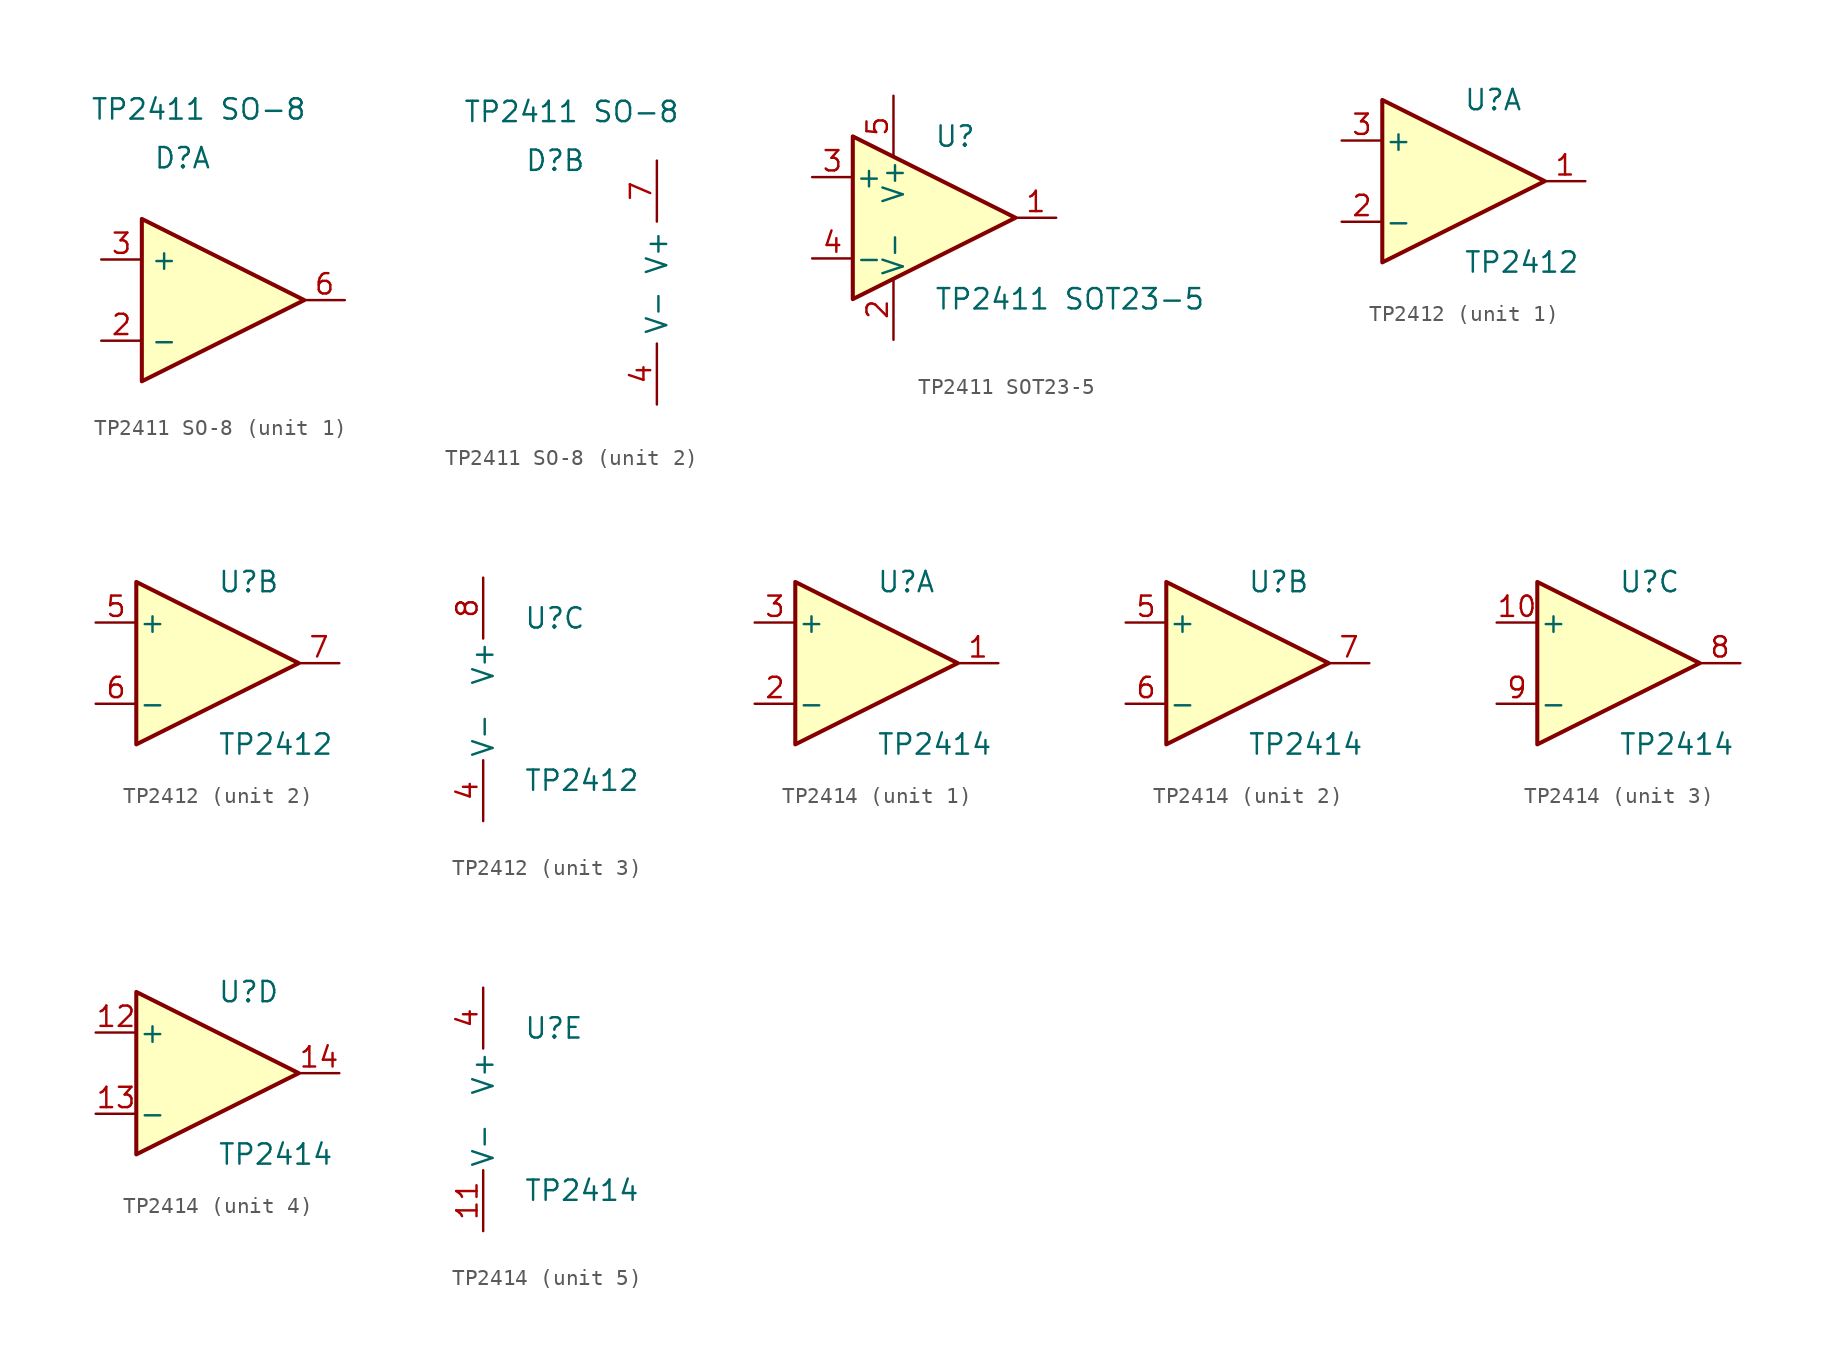
<source format=kicad_sym>
(kicad_symbol_lib
  (version 20231120)
  (generator "kicad_symbol_editor")
  (generator_version "8.0")
  (symbol "TP2411 SO-8"
    (property "Reference" "D"
      (at 0 0 0)
      (effects (font (size 1.27 1.27))))
    (property "Value" "TP2411 SO-8"
      (at 1.016 3.048 0)
      (effects (font (size 1.27 1.27))))
    (property "ki_locked" ""
      (at 0 0 0)
      (effects (font (size 1.27 1.27))))
    (symbol "TP2411 SO-8_1_1"
      (polyline (pts (xy -2.54 -3.81) (xy 7.62 -8.89) (xy -2.54 -13.97) (xy -2.54 -3.81)) (stroke (width 0.254) (type default)) (fill (type background)))
      (pin input line (at -5.08 -11.43 0) (length 2.54) (name "-" (effects (font (size 1.27 1.27)))) (number "2" (effects (font (size 1.27 1.27)))))
      (pin input line (at -5.08 -6.35 0) (length 2.54) (name "+" (effects (font (size 1.27 1.27)))) (number "3" (effects (font (size 1.27 1.27)))))
      (pin output line (at 10.16 -8.89 180) (length 2.54) (name "~" (effects (font (size 1.27 1.27)))) (number "6" (effects (font (size 1.27 1.27))))))
    (symbol "TP2411 SO-8_2_1"
      (pin power_in line (at 6.35 -15.24 90) (length 3.81) (name "V-" (effects (font (size 1.27 1.27)))) (number "4" (effects (font (size 1.27 1.27)))))
      (pin power_in line (at 6.35 0 270) (length 3.81) (name "V+" (effects (font (size 1.27 1.27)))) (number "7" (effects (font (size 1.27 1.27)))))))
  (symbol "TP2411 SOT23-5"
    (pin_names
      (offset 0.127))
    (property "Reference" "U"
      (at 0 5.08 0)
      (effects (font (size 1.27 1.27)) (justify left)))
    (property "Value" "TP2411 SOT23-5"
      (at 0 -5.08 0)
      (effects (font (size 1.27 1.27)) (justify left)))
    (symbol "TP2411 SOT23-5_0_1"
      (polyline (pts (xy -5.08 5.08) (xy 5.08 0) (xy -5.08 -5.08) (xy -5.08 5.08)) (stroke (width 0.254) (type default)) (fill (type background)))
      (pin power_in line (at -2.54 -7.62 90) (length 3.81) (name "V-" (effects (font (size 1.27 1.27)))) (number "2" (effects (font (size 1.27 1.27)))))
      (pin power_in line (at -2.54 7.62 270) (length 3.81) (name "V+" (effects (font (size 1.27 1.27)))) (number "5" (effects (font (size 1.27 1.27))))))
    (symbol "TP2411 SOT23-5_1_1"
      (pin output line (at 7.62 0 180) (length 2.54) (name "~" (effects (font (size 1.27 1.27)))) (number "1" (effects (font (size 1.27 1.27)))))
      (pin input line (at -7.62 2.54 0) (length 2.54) (name "+" (effects (font (size 1.27 1.27)))) (number "3" (effects (font (size 1.27 1.27)))))
      (pin input line (at -7.62 -2.54 0) (length 2.54) (name "-" (effects (font (size 1.27 1.27)))) (number "4" (effects (font (size 1.27 1.27)))))))
  (symbol "TP2412"
    (pin_names
      (offset 0.127))
    (property "Reference" "U"
      (at 0 5.08 0)
      (effects (font (size 1.27 1.27)) (justify left)))
    (property "Value" "TP2412"
      (at 0 -5.08 0)
      (effects (font (size 1.27 1.27)) (justify left)))
    (property "ki_locked" ""
      (at 0 0 0)
      (effects (font (size 1.27 1.27))))
    (symbol "TP2412_1_1"
      (polyline (pts (xy -5.08 5.08) (xy 5.08 0) (xy -5.08 -5.08) (xy -5.08 5.08)) (stroke (width 0.254) (type default)) (fill (type background)))
      (pin output line (at 7.62 0 180) (length 2.54) (name "~" (effects (font (size 1.27 1.27)))) (number "1" (effects (font (size 1.27 1.27)))))
      (pin input line (at -7.62 -2.54 0) (length 2.54) (name "-" (effects (font (size 1.27 1.27)))) (number "2" (effects (font (size 1.27 1.27)))))
      (pin input line (at -7.62 2.54 0) (length 2.54) (name "+" (effects (font (size 1.27 1.27)))) (number "3" (effects (font (size 1.27 1.27))))))
    (symbol "TP2412_2_1"
      (polyline (pts (xy -5.08 5.08) (xy 5.08 0) (xy -5.08 -5.08) (xy -5.08 5.08)) (stroke (width 0.254) (type default)) (fill (type background)))
      (pin input line (at -7.62 2.54 0) (length 2.54) (name "+" (effects (font (size 1.27 1.27)))) (number "5" (effects (font (size 1.27 1.27)))))
      (pin input line (at -7.62 -2.54 0) (length 2.54) (name "-" (effects (font (size 1.27 1.27)))) (number "6" (effects (font (size 1.27 1.27)))))
      (pin output line (at 7.62 0 180) (length 2.54) (name "~" (effects (font (size 1.27 1.27)))) (number "7" (effects (font (size 1.27 1.27))))))
    (symbol "TP2412_3_1"
      (pin power_in line (at -2.54 -7.62 90) (length 3.81) (name "V-" (effects (font (size 1.27 1.27)))) (number "4" (effects (font (size 1.27 1.27)))))
      (pin power_in line (at -2.54 7.62 270) (length 3.81) (name "V+" (effects (font (size 1.27 1.27)))) (number "8" (effects (font (size 1.27 1.27)))))))
  (symbol "TP2414"
    (pin_names
      (offset 0.127))
    (property "Reference" "U"
      (at 0 5.08 0)
      (effects (font (size 1.27 1.27)) (justify left)))
    (property "Value" "TP2414"
      (at 0 -5.08 0)
      (effects (font (size 1.27 1.27)) (justify left)))
    (property "ki_locked" ""
      (at 0 0 0)
      (effects (font (size 1.27 1.27))))
    (symbol "TP2414_1_1"
      (polyline (pts (xy -5.08 5.08) (xy 5.08 0) (xy -5.08 -5.08) (xy -5.08 5.08)) (stroke (width 0.254) (type default)) (fill (type background)))
      (pin output line (at 7.62 0 180) (length 2.54) (name "~" (effects (font (size 1.27 1.27)))) (number "1" (effects (font (size 1.27 1.27)))))
      (pin input line (at -7.62 -2.54 0) (length 2.54) (name "-" (effects (font (size 1.27 1.27)))) (number "2" (effects (font (size 1.27 1.27)))))
      (pin input line (at -7.62 2.54 0) (length 2.54) (name "+" (effects (font (size 1.27 1.27)))) (number "3" (effects (font (size 1.27 1.27))))))
    (symbol "TP2414_2_1"
      (polyline (pts (xy -5.08 5.08) (xy 5.08 0) (xy -5.08 -5.08) (xy -5.08 5.08)) (stroke (width 0.254) (type default)) (fill (type background)))
      (pin input line (at -7.62 2.54 0) (length 2.54) (name "+" (effects (font (size 1.27 1.27)))) (number "5" (effects (font (size 1.27 1.27)))))
      (pin input line (at -7.62 -2.54 0) (length 2.54) (name "-" (effects (font (size 1.27 1.27)))) (number "6" (effects (font (size 1.27 1.27)))))
      (pin output line (at 7.62 0 180) (length 2.54) (name "~" (effects (font (size 1.27 1.27)))) (number "7" (effects (font (size 1.27 1.27))))))
    (symbol "TP2414_3_1"
      (polyline (pts (xy -5.08 5.08) (xy 5.08 0) (xy -5.08 -5.08) (xy -5.08 5.08)) (stroke (width 0.254) (type default)) (fill (type background)))
      (pin input line (at -7.62 2.54 0) (length 2.54) (name "+" (effects (font (size 1.27 1.27)))) (number "10" (effects (font (size 1.27 1.27)))))
      (pin output line (at 7.62 0 180) (length 2.54) (name "~" (effects (font (size 1.27 1.27)))) (number "8" (effects (font (size 1.27 1.27)))))
      (pin input line (at -7.62 -2.54 0) (length 2.54) (name "-" (effects (font (size 1.27 1.27)))) (number "9" (effects (font (size 1.27 1.27))))))
    (symbol "TP2414_4_1"
      (polyline (pts (xy -5.08 5.08) (xy 5.08 0) (xy -5.08 -5.08) (xy -5.08 5.08)) (stroke (width 0.254) (type default)) (fill (type background)))
      (pin input line (at -7.62 2.54 0) (length 2.54) (name "+" (effects (font (size 1.27 1.27)))) (number "12" (effects (font (size 1.27 1.27)))))
      (pin input line (at -7.62 -2.54 0) (length 2.54) (name "-" (effects (font (size 1.27 1.27)))) (number "13" (effects (font (size 1.27 1.27)))))
      (pin output line (at 7.62 0 180) (length 2.54) (name "~" (effects (font (size 1.27 1.27)))) (number "14" (effects (font (size 1.27 1.27))))))
    (symbol "TP2414_5_1"
      (pin power_in line (at -2.54 -7.62 90) (length 3.81) (name "V-" (effects (font (size 1.27 1.27)))) (number "11" (effects (font (size 1.27 1.27)))))
      (pin power_in line (at -2.54 7.62 270) (length 3.81) (name "V+" (effects (font (size 1.27 1.27)))) (number "4" (effects (font (size 1.27 1.27))))))))
</source>
